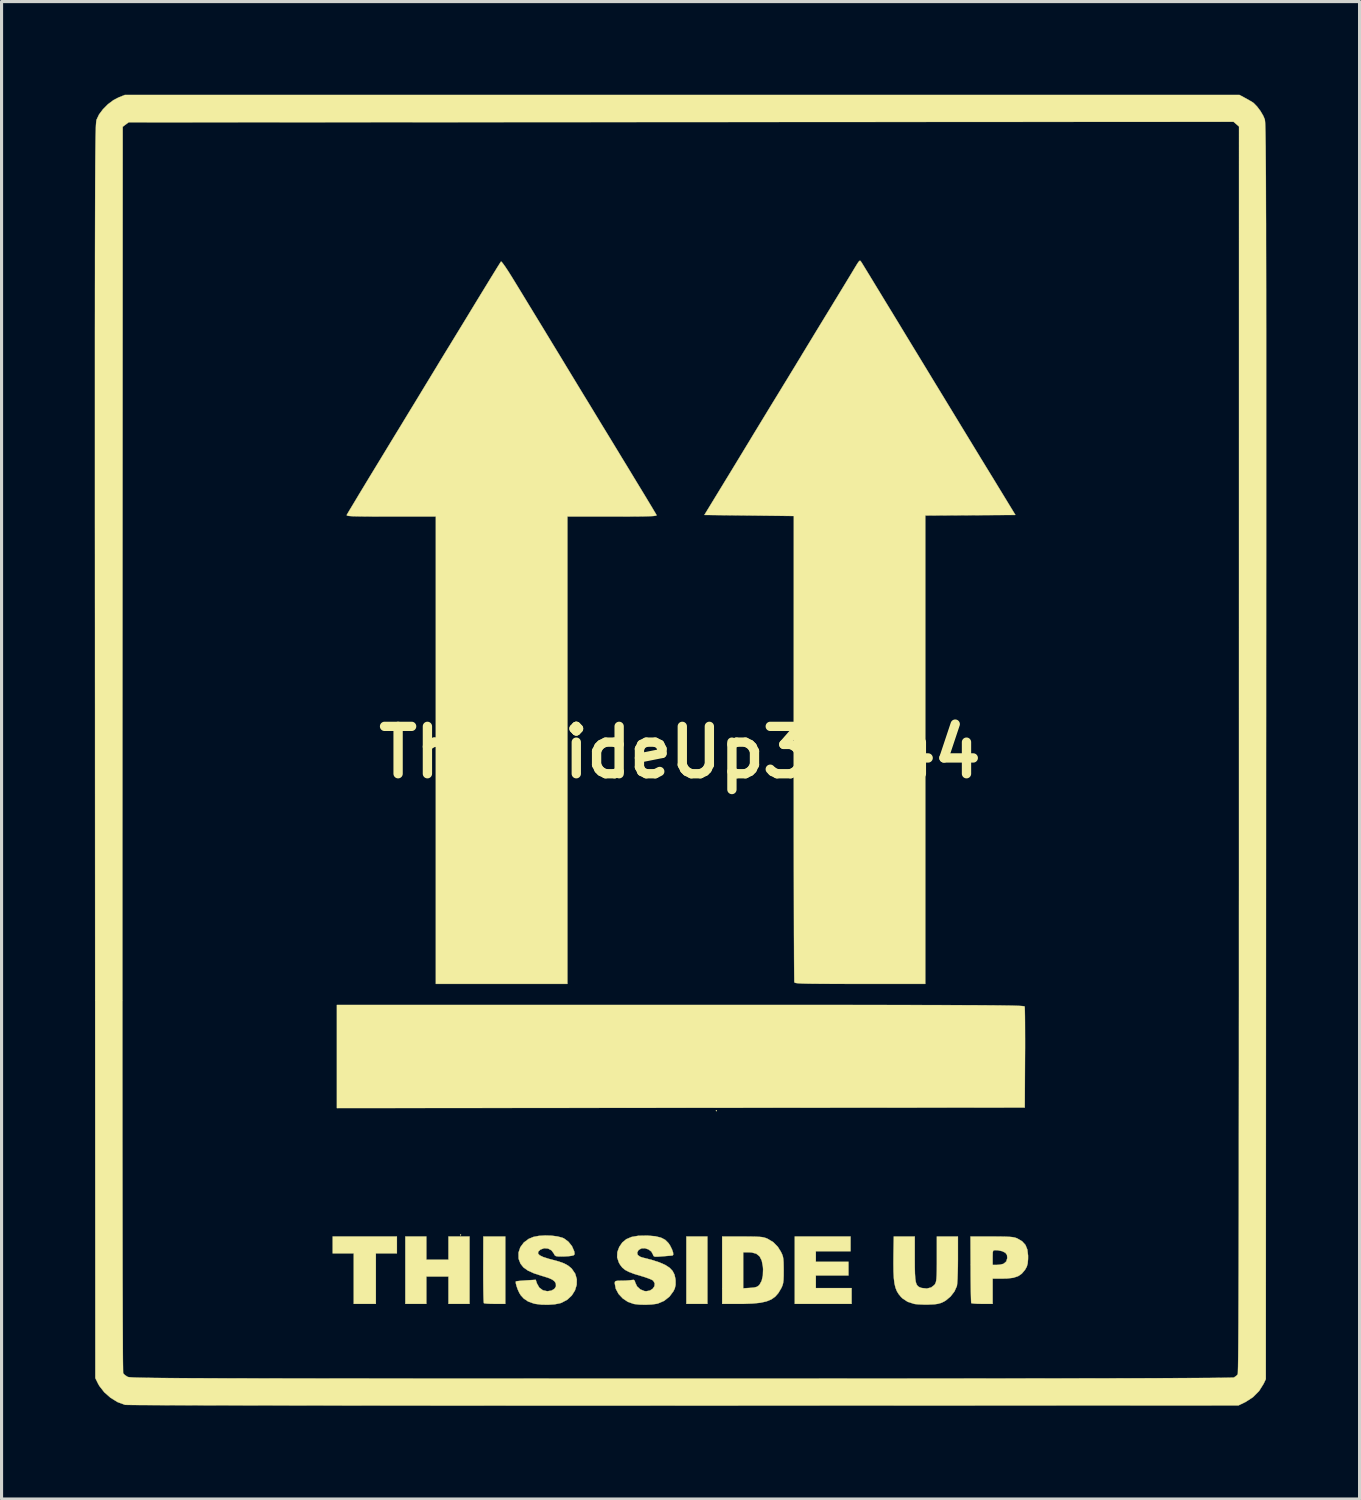
<source format=kicad_pcb>
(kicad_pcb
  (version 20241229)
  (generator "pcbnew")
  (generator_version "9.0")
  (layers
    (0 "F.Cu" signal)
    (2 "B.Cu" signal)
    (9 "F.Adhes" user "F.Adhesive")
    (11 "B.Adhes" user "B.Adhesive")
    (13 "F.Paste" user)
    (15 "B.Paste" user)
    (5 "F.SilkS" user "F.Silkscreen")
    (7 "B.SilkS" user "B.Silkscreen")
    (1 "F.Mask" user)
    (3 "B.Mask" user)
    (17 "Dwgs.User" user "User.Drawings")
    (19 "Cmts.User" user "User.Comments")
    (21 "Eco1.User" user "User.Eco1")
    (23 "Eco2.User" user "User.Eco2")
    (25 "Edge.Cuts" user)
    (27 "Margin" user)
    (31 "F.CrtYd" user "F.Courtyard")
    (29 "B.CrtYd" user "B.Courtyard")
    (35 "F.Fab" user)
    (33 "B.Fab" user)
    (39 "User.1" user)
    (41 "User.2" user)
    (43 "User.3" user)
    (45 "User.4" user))
  (footprint "ThisSideUp39_44"
    (layer "F.Cu")
    (at 18.83 21.155)
    (property "Reference" "ThisSideUp39_44" (at 0 0 0) (layer "F.SilkS") (effects (font (size 1.524 1.524) (thickness 0.3))))
    (attr through_hole)
    (fp_poly (pts (xy -7.044 15.528) (xy -7.061 15.545) (xy -7.078 15.528) (xy -7.061 15.511) (xy -7.044 15.528)) (stroke (width 0.01) (type solid)) (fill yes) (layer "F.SilkS"))
    (fp_poly (pts (xy 0.881 17.746) (xy 0.203 17.746) (xy 0.203 15.579) (xy 0.881 15.579) (xy 0.881 17.746)) (stroke (width 0.01) (type solid)) (fill yes) (layer "F.SilkS"))
    (fp_poly (pts (xy 1.185 11.532) (xy 1.168 11.549) (xy 1.151 11.532) (xy 1.168 11.515) (xy 1.185 11.532)) (stroke (width 0.01) (type solid)) (fill yes) (layer "F.SilkS"))
    (fp_poly (pts (xy -9.11 16.121) (xy -9.787 16.121) (xy -9.787 17.746) (xy -10.499 17.746) (xy -10.499 16.121) (xy -11.176 16.121) (xy -11.176 15.579) (xy -9.11 15.579) (xy -9.11 16.121)) (stroke (width 0.01) (type solid)) (fill yes) (layer "F.SilkS"))
    (fp_poly (pts (xy -8.162 16.324) (xy -7.451 16.324) (xy -7.451 15.579) (xy -6.773 15.579) (xy -6.773 17.746) (xy -7.451 17.746) (xy -7.451 16.866) (xy -8.162 16.866) (xy -8.162 17.746) (xy -8.839 17.746) (xy -8.839 15.579) (xy -8.162 15.579) (xy -8.162 16.324)) (stroke (width 0.01) (type solid)) (fill yes) (layer "F.SilkS"))
    (fp_poly (pts (xy 5.486 16.053) (xy 4.369 16.053) (xy 4.369 16.391) (xy 5.419 16.391) (xy 5.419 16.832) (xy 4.369 16.832) (xy 4.369 17.238) (xy 5.52 17.238) (xy 5.52 17.746) (xy 3.691 17.746) (xy 3.691 15.579) (xy 5.486 15.579) (xy 5.486 16.053)) (stroke (width 0.01) (type solid)) (fill yes) (layer "F.SilkS"))
    (fp_poly (pts (xy -5.622 17.746) (xy -5.955 17.746) (xy -6.099 17.744) (xy -6.217 17.738) (xy -6.293 17.729) (xy -6.311 17.723) (xy -6.317 17.684) (xy -6.322 17.586) (xy -6.326 17.438) (xy -6.329 17.246) (xy -6.331 17.02) (xy -6.332 16.768) (xy -6.332 16.639) (xy -6.329 15.579) (xy -5.622 15.579) (xy -5.622 17.746)) (stroke (width 0.01) (type solid)) (fill yes) (layer "F.SilkS"))
    (fp_poly (pts (xy 1.046 8.128) (xy 2.014 8.128) (xy 2.917 8.128) (xy 3.76 8.128) (xy 4.543 8.129) (xy 5.269 8.129) (xy 5.94 8.13) (xy 6.559 8.13) (xy 7.126 8.131) (xy 7.645 8.132) (xy 8.117 8.133) (xy 8.545 8.134) (xy 8.931 8.135) (xy 9.276 8.137) (xy 9.584 8.138) (xy 9.856 8.14) (xy 10.093 8.142) (xy 10.3 8.144) (xy 10.476 8.147) (xy 10.626 8.149) (xy 10.749 8.152) (xy 10.85 8.156) (xy 10.93 8.159) (xy 10.991 8.163) (xy 11.035 8.167) (xy 11.064 8.171) (xy 11.081 8.176) (xy 11.087 8.18) (xy 11.091 8.224) (xy 11.094 8.328) (xy 11.097 8.487) (xy 11.099 8.692) (xy 11.1 8.938) (xy 11.101 9.217) (xy 11.101 9.522) (xy 11.099 9.831) (xy 11.091 11.43) (xy -11.041 11.447) (xy -11.041 8.128) (xy 0.013 8.128) (xy 1.046 8.128)) (stroke (width 0.01) (type solid)) (fill yes) (layer "F.SilkS"))
    (fp_poly (pts (xy 2.007 15.579) (xy 2.238 15.58) (xy 2.413 15.583) (xy 2.543 15.589) (xy 2.638 15.598) (xy 2.711 15.613) (xy 2.773 15.633) (xy 2.811 15.649) (xy 2.998 15.76) (xy 3.146 15.911) (xy 3.245 16.07) (xy 3.282 16.146) (xy 3.308 16.218) (xy 3.323 16.3) (xy 3.331 16.408) (xy 3.334 16.56) (xy 3.335 16.662) (xy 3.334 16.844) (xy 3.329 16.974) (xy 3.318 17.069) (xy 3.299 17.145) (xy 3.269 17.217) (xy 3.251 17.251) (xy 3.164 17.398) (xy 3.062 17.514) (xy 2.937 17.603) (xy 2.781 17.667) (xy 2.586 17.71) (xy 2.344 17.735) (xy 2.046 17.746) (xy 1.937 17.746) (xy 1.355 17.746) (xy 1.355 16.087) (xy 2.032 16.087) (xy 2.032 17.246) (xy 2.257 17.232) (xy 2.385 17.22) (xy 2.468 17.199) (xy 2.526 17.162) (xy 2.559 17.127) (xy 2.626 17.004) (xy 2.665 16.835) (xy 2.672 16.632) (xy 2.666 16.549) (xy 2.629 16.355) (xy 2.56 16.219) (xy 2.454 16.133) (xy 2.305 16.092) (xy 2.205 16.087) (xy 2.032 16.087) (xy 1.355 16.087) (xy 1.355 15.579) (xy 2.007 15.579)) (stroke (width 0.01) (type solid)) (fill yes) (layer "F.SilkS"))
    (fp_poly (pts (xy 7.552 16.292) (xy 7.553 16.56) (xy 7.558 16.769) (xy 7.568 16.927) (xy 7.585 17.042) (xy 7.612 17.122) (xy 7.651 17.175) (xy 7.702 17.209) (xy 7.769 17.233) (xy 7.782 17.236) (xy 7.941 17.253) (xy 8.08 17.218) (xy 8.184 17.137) (xy 8.205 17.106) (xy 8.225 17.065) (xy 8.24 17.01) (xy 8.25 16.932) (xy 8.257 16.822) (xy 8.261 16.669) (xy 8.263 16.465) (xy 8.263 16.293) (xy 8.263 15.579) (xy 8.941 15.579) (xy 8.941 16.315) (xy 8.939 16.54) (xy 8.934 16.749) (xy 8.928 16.931) (xy 8.919 17.073) (xy 8.909 17.162) (xy 8.905 17.178) (xy 8.829 17.347) (xy 8.705 17.508) (xy 8.55 17.638) (xy 8.486 17.676) (xy 8.392 17.718) (xy 8.296 17.745) (xy 8.179 17.761) (xy 8.017 17.768) (xy 7.995 17.769) (xy 7.835 17.769) (xy 7.683 17.763) (xy 7.564 17.752) (xy 7.529 17.746) (xy 7.324 17.68) (xy 7.161 17.573) (xy 7.107 17.521) (xy 7.033 17.431) (xy 6.975 17.335) (xy 6.931 17.223) (xy 6.899 17.087) (xy 6.879 16.918) (xy 6.868 16.707) (xy 6.865 16.444) (xy 6.867 16.163) (xy 6.877 15.579) (xy 7.552 15.579) (xy 7.552 16.292)) (stroke (width 0.01) (type solid)) (fill yes) (layer "F.SilkS"))
    (fp_poly (pts (xy 10.032 15.579) (xy 10.272 15.58) (xy 10.455 15.583) (xy 10.591 15.589) (xy 10.691 15.598) (xy 10.765 15.611) (xy 10.824 15.63) (xy 10.854 15.643) (xy 11.009 15.735) (xy 11.114 15.851) (xy 11.175 16.002) (xy 11.198 16.197) (xy 11.197 16.304) (xy 11.185 16.446) (xy 11.156 16.551) (xy 11.1 16.65) (xy 11.094 16.658) (xy 10.994 16.776) (xy 10.874 16.857) (xy 10.721 16.907) (xy 10.524 16.93) (xy 10.386 16.933) (xy 10.058 16.933) (xy 10.058 17.746) (xy 9.722 17.746) (xy 9.578 17.744) (xy 9.461 17.737) (xy 9.388 17.728) (xy 9.37 17.721) (xy 9.366 17.682) (xy 9.362 17.583) (xy 9.358 17.434) (xy 9.355 17.242) (xy 9.352 17.016) (xy 9.35 16.764) (xy 9.35 16.637) (xy 9.348 16.256) (xy 10.058 16.256) (xy 10.058 16.493) (xy 10.192 16.493) (xy 10.305 16.483) (xy 10.403 16.458) (xy 10.413 16.453) (xy 10.496 16.382) (xy 10.529 16.272) (xy 10.519 16.173) (xy 10.469 16.104) (xy 10.367 16.052) (xy 10.228 16.023) (xy 10.152 16.019) (xy 10.103 16.022) (xy 10.075 16.039) (xy 10.062 16.087) (xy 10.059 16.179) (xy 10.058 16.256) (xy 9.348 16.256) (xy 9.345 15.579) (xy 10.032 15.579)) (stroke (width 0.01) (type solid)) (fill yes) (layer "F.SilkS"))
    (fp_poly (pts (xy -4.135 15.552) (xy -3.941 15.577) (xy -3.783 15.619) (xy -3.734 15.641) (xy -3.592 15.746) (xy -3.477 15.89) (xy -3.407 16.05) (xy -3.401 16.074) (xy -3.393 16.147) (xy -3.42 16.182) (xy -3.489 16.2) (xy -3.583 16.212) (xy -3.712 16.22) (xy -3.81 16.222) (xy -3.927 16.22) (xy -3.995 16.209) (xy -4.033 16.182) (xy -4.06 16.131) (xy -4.062 16.125) (xy -4.137 16.024) (xy -4.248 15.966) (xy -4.373 15.956) (xy -4.493 16.001) (xy -4.497 16.004) (xy -4.562 16.067) (xy -4.569 16.127) (xy -4.516 16.184) (xy -4.4 16.24) (xy -4.219 16.298) (xy -4.115 16.325) (xy -3.895 16.385) (xy -3.728 16.446) (xy -3.602 16.515) (xy -3.5 16.598) (xy -3.482 16.617) (xy -3.373 16.776) (xy -3.322 16.953) (xy -3.326 17.135) (xy -3.38 17.312) (xy -3.481 17.474) (xy -3.625 17.61) (xy -3.809 17.709) (xy -3.866 17.728) (xy -4.037 17.761) (xy -4.245 17.775) (xy -4.459 17.771) (xy -4.652 17.747) (xy -4.713 17.733) (xy -4.893 17.667) (xy -5.031 17.573) (xy -5.127 17.467) (xy -5.174 17.388) (xy -5.221 17.286) (xy -5.259 17.178) (xy -5.283 17.087) (xy -5.285 17.03) (xy -5.281 17.024) (xy -5.243 17.016) (xy -5.153 17.006) (xy -5.027 16.996) (xy -4.955 16.991) (xy -4.643 16.972) (xy -4.605 17.088) (xy -4.53 17.222) (xy -4.413 17.309) (xy -4.27 17.34) (xy -4.137 17.319) (xy -4.042 17.263) (xy -3.992 17.184) (xy -3.996 17.091) (xy -4.041 17.018) (xy -4.117 16.962) (xy -4.248 16.906) (xy -4.437 16.848) (xy -4.696 16.765) (xy -4.894 16.676) (xy -5.038 16.573) (xy -5.133 16.454) (xy -5.188 16.312) (xy -5.195 16.282) (xy -5.197 16.098) (xy -5.139 15.925) (xy -5.028 15.774) (xy -4.871 15.656) (xy -4.716 15.592) (xy -4.544 15.559) (xy -4.343 15.546) (xy -4.135 15.552)) (stroke (width 0.01) (type solid)) (fill yes) (layer "F.SilkS"))
    (fp_poly (pts (xy -1.033 15.551) (xy -0.797 15.571) (xy -0.615 15.615) (xy -0.476 15.687) (xy -0.371 15.792) (xy -0.322 15.866) (xy -0.258 15.995) (xy -0.223 16.099) (xy -0.22 16.169) (xy -0.245 16.191) (xy -0.297 16.195) (xy -0.398 16.203) (xy -0.528 16.214) (xy -0.569 16.217) (xy -0.706 16.228) (xy -0.79 16.229) (xy -0.836 16.22) (xy -0.858 16.196) (xy -0.869 16.163) (xy -0.923 16.064) (xy -1.016 15.994) (xy -1.128 15.957) (xy -1.24 15.961) (xy -1.331 16.012) (xy -1.336 16.017) (xy -1.38 16.1) (xy -1.36 16.174) (xy -1.279 16.232) (xy -1.209 16.255) (xy -0.905 16.334) (xy -0.663 16.412) (xy -0.476 16.494) (xy -0.337 16.584) (xy -0.24 16.686) (xy -0.179 16.804) (xy -0.148 16.944) (xy -0.143 16.999) (xy -0.143 17.137) (xy -0.169 17.249) (xy -0.212 17.34) (xy -0.34 17.513) (xy -0.513 17.65) (xy -0.712 17.735) (xy -0.745 17.743) (xy -0.912 17.766) (xy -1.111 17.775) (xy -1.312 17.77) (xy -1.481 17.75) (xy -1.49 17.748) (xy -1.678 17.682) (xy -1.844 17.571) (xy -1.978 17.427) (xy -2.067 17.262) (xy -2.1 17.09) (xy -2.1 17.087) (xy -2.096 17.04) (xy -2.074 17.015) (xy -2.019 17.004) (xy -1.915 17.001) (xy -1.884 17.001) (xy -1.751 16.998) (xy -1.631 16.989) (xy -1.566 16.981) (xy -1.493 16.973) (xy -1.458 17.003) (xy -1.44 17.064) (xy -1.382 17.186) (xy -1.277 17.281) (xy -1.146 17.334) (xy -1.088 17.34) (xy -0.968 17.317) (xy -0.877 17.258) (xy -0.823 17.176) (xy -0.815 17.087) (xy -0.863 17.002) (xy -0.872 16.993) (xy -0.929 16.962) (xy -1.035 16.92) (xy -1.17 16.874) (xy -1.251 16.85) (xy -1.474 16.783) (xy -1.641 16.72) (xy -1.764 16.656) (xy -1.855 16.582) (xy -1.925 16.493) (xy -1.968 16.418) (xy -2.024 16.25) (xy -2.017 16.08) (xy -1.956 15.916) (xy -1.857 15.77) (xy -1.726 15.663) (xy -1.555 15.592) (xy -1.338 15.555) (xy -1.066 15.55) (xy -1.033 15.551)) (stroke (width 0.01) (type solid)) (fill yes) (layer "F.SilkS"))
    (fp_poly (pts (xy -5.735 -15.773) (xy -5.681 -15.704) (xy -5.604 -15.594) (xy -5.51 -15.451) (xy -5.405 -15.283) (xy -5.395 -15.267) (xy -5.266 -15.056) (xy -5.113 -14.806) (xy -4.944 -14.528) (xy -4.763 -14.231) (xy -4.576 -13.924) (xy -4.389 -13.618) (xy -4.209 -13.321) (xy -4.04 -13.043) (xy -3.888 -12.794) (xy -3.76 -12.583) (xy -3.662 -12.42) (xy -3.657 -12.412) (xy -3.602 -12.322) (xy -3.516 -12.18) (xy -3.401 -11.991) (xy -3.261 -11.76) (xy -3.099 -11.494) (xy -2.918 -11.198) (xy -2.723 -10.877) (xy -2.516 -10.536) (xy -2.3 -10.183) (xy -2.101 -9.856) (xy -1.888 -9.505) (xy -1.684 -9.171) (xy -1.494 -8.857) (xy -1.319 -8.569) (xy -1.162 -8.311) (xy -1.027 -8.087) (xy -0.916 -7.903) (xy -0.832 -7.762) (xy -0.777 -7.67) (xy -0.755 -7.63) (xy -0.754 -7.629) (xy -0.762 -7.619) (xy -0.798 -7.61) (xy -0.866 -7.602) (xy -0.973 -7.597) (xy -1.122 -7.592) (xy -1.32 -7.589) (xy -1.571 -7.587) (xy -1.881 -7.586) (xy -2.181 -7.586) (xy -3.624 -7.586) (xy -3.624 7.451) (xy -7.857 7.451) (xy -7.857 -7.586) (xy -9.3 -7.586) (xy -9.654 -7.586) (xy -9.946 -7.587) (xy -10.181 -7.589) (xy -10.365 -7.592) (xy -10.505 -7.595) (xy -10.605 -7.601) (xy -10.671 -7.607) (xy -10.709 -7.616) (xy -10.724 -7.627) (xy -10.724 -7.636) (xy -10.703 -7.673) (xy -10.651 -7.762) (xy -10.568 -7.9) (xy -10.459 -8.081) (xy -10.327 -8.302) (xy -10.173 -8.556) (xy -10.002 -8.839) (xy -9.815 -9.146) (xy -9.616 -9.473) (xy -9.472 -9.71) (xy -9.201 -10.156) (xy -8.962 -10.547) (xy -8.754 -10.89) (xy -8.572 -11.188) (xy -8.415 -11.446) (xy -8.28 -11.669) (xy -8.164 -11.86) (xy -8.064 -12.024) (xy -7.978 -12.166) (xy -7.903 -12.289) (xy -7.836 -12.399) (xy -7.776 -12.5) (xy -7.77 -12.509) (xy -7.709 -12.61) (xy -7.625 -12.747) (xy -7.533 -12.898) (xy -7.481 -12.983) (xy -7.421 -13.08) (xy -7.332 -13.226) (xy -7.217 -13.415) (xy -7.081 -13.637) (xy -6.93 -13.884) (xy -6.769 -14.149) (xy -6.602 -14.424) (xy -6.538 -14.529) (xy -6.378 -14.791) (xy -6.228 -15.036) (xy -6.093 -15.257) (xy -5.975 -15.448) (xy -5.88 -15.602) (xy -5.809 -15.715) (xy -5.768 -15.779) (xy -5.759 -15.792) (xy -5.735 -15.773)) (stroke (width 0.01) (type solid)) (fill yes) (layer "F.SilkS"))
    (fp_poly (pts (xy 5.821 -15.79) (xy 5.831 -15.775) (xy 5.856 -15.736) (xy 5.913 -15.643) (xy 6 -15.5) (xy 6.116 -15.311) (xy 6.256 -15.08) (xy 6.42 -14.811) (xy 6.604 -14.508) (xy 6.807 -14.176) (xy 7.025 -13.818) (xy 7.256 -13.437) (xy 7.498 -13.039) (xy 7.653 -12.785) (xy 7.907 -12.368) (xy 8.155 -11.959) (xy 8.396 -11.564) (xy 8.625 -11.188) (xy 8.841 -10.833) (xy 9.039 -10.507) (xy 9.219 -10.212) (xy 9.376 -9.955) (xy 9.507 -9.739) (xy 9.611 -9.569) (xy 9.683 -9.45) (xy 9.705 -9.415) (xy 9.811 -9.241) (xy 9.942 -9.027) (xy 10.087 -8.791) (xy 10.234 -8.549) (xy 10.374 -8.32) (xy 10.388 -8.297) (xy 10.79 -7.637) (xy 9.341 -7.628) (xy 7.891 -7.619) (xy 7.891 7.451) (xy 5.795 7.451) (xy 5.363 7.451) (xy 4.993 7.45) (xy 4.682 7.449) (xy 4.424 7.447) (xy 4.214 7.445) (xy 4.047 7.442) (xy 3.918 7.438) (xy 3.823 7.433) (xy 3.756 7.426) (xy 3.713 7.419) (xy 3.689 7.409) (xy 3.679 7.398) (xy 3.678 7.398) (xy 3.676 7.359) (xy 3.675 7.256) (xy 3.673 7.091) (xy 3.671 6.868) (xy 3.669 6.59) (xy 3.668 6.259) (xy 3.666 5.879) (xy 3.665 5.452) (xy 3.664 4.983) (xy 3.663 4.474) (xy 3.662 3.927) (xy 3.661 3.347) (xy 3.66 2.736) (xy 3.66 2.098) (xy 3.66 1.435) (xy 3.659 0.75) (xy 3.659 0.047) (xy 3.659 -0.129) (xy 3.661 -7.603) (xy 2.222 -7.62) (xy 0.783 -7.637) (xy 1.413 -8.67) (xy 1.572 -8.93) (xy 1.73 -9.19) (xy 1.882 -9.44) (xy 2.022 -9.67) (xy 2.142 -9.869) (xy 2.238 -10.026) (xy 2.283 -10.101) (xy 2.359 -10.227) (xy 2.464 -10.399) (xy 2.592 -10.61) (xy 2.737 -10.848) (xy 2.892 -11.103) (xy 3.053 -11.366) (xy 3.167 -11.552) (xy 3.317 -11.798) (xy 3.459 -12.03) (xy 3.587 -12.241) (xy 3.698 -12.422) (xy 3.786 -12.568) (xy 3.848 -12.669) (xy 3.878 -12.718) (xy 3.921 -12.791) (xy 3.996 -12.914) (xy 4.096 -13.079) (xy 4.218 -13.279) (xy 4.356 -13.507) (xy 4.506 -13.753) (xy 4.664 -14.012) (xy 4.825 -14.275) (xy 4.983 -14.535) (xy 5.068 -14.674) (xy 5.192 -14.878) (xy 5.317 -15.083) (xy 5.434 -15.276) (xy 5.534 -15.441) (xy 5.607 -15.563) (xy 5.608 -15.565) (xy 5.687 -15.695) (xy 5.74 -15.776) (xy 5.774 -15.813) (xy 5.799 -15.815) (xy 5.821 -15.79)) (stroke (width 0.01) (type solid)) (fill yes) (layer "F.SilkS"))
    (fp_poly (pts (xy 18.203 -21.041) (xy 18.315 -20.978) (xy 18.408 -20.923) (xy 18.458 -20.888) (xy 18.567 -20.776) (xy 18.676 -20.631) (xy 18.765 -20.479) (xy 18.814 -20.362) (xy 18.817 -20.345) (xy 18.82 -20.316) (xy 18.824 -20.274) (xy 18.827 -20.217) (xy 18.83 -20.144) (xy 18.832 -20.053) (xy 18.835 -19.942) (xy 18.837 -19.811) (xy 18.839 -19.657) (xy 18.842 -19.479) (xy 18.843 -19.275) (xy 18.845 -19.044) (xy 18.847 -18.785) (xy 18.849 -18.495) (xy 18.85 -18.173) (xy 18.851 -17.817) (xy 18.852 -17.427) (xy 18.854 -17) (xy 18.854 -16.534) (xy 18.855 -16.029) (xy 18.856 -15.483) (xy 18.857 -14.894) (xy 18.857 -14.26) (xy 18.858 -13.58) (xy 18.858 -12.853) (xy 18.858 -12.077) (xy 18.858 -11.249) (xy 18.858 -10.37) (xy 18.858 -9.437) (xy 18.858 -8.448) (xy 18.858 -7.403) (xy 18.858 -6.299) (xy 18.857 -5.134) (xy 18.857 -3.909) (xy 18.856 -2.619) (xy 18.856 -1.266) (xy 18.855 -0.013) (xy 18.847 20.168) (xy 18.775 20.32) (xy 18.63 20.551) (xy 18.433 20.749) (xy 18.199 20.901) (xy 18.193 20.904) (xy 17.966 21.014) (xy 0.119 21.019) (xy -1.063 21.02) (xy -2.219 21.02) (xy -3.348 21.02) (xy -4.448 21.02) (xy -5.516 21.02) (xy -6.553 21.019) (xy -7.555 21.019) (xy -8.521 21.018) (xy -9.45 21.018) (xy -10.34 21.017) (xy -11.188 21.016) (xy -11.994 21.015) (xy -12.756 21.014) (xy -13.472 21.013) (xy -14.14 21.012) (xy -14.759 21.011) (xy -15.326 21.01) (xy -15.841 21.008) (xy -16.301 21.007) (xy -16.706 21.005) (xy -17.052 21.003) (xy -17.339 21.002) (xy -17.564 21) (xy -17.727 20.998) (xy -17.825 20.996) (xy -17.856 20.995) (xy -18.094 20.908) (xy -18.323 20.768) (xy -18.525 20.59) (xy -18.684 20.386) (xy -18.73 20.303) (xy -18.813 20.134) (xy -18.819 6.762) (xy -17.942 6.762) (xy -17.942 7.977) (xy -17.942 9.139) (xy -17.942 10.245) (xy -17.941 11.295) (xy -17.941 12.29) (xy -17.94 13.227) (xy -17.939 14.106) (xy -17.938 14.927) (xy -17.937 15.689) (xy -17.936 16.391) (xy -17.935 17.033) (xy -17.933 17.614) (xy -17.932 18.132) (xy -17.93 18.588) (xy -17.928 18.981) (xy -17.927 19.31) (xy -17.925 19.574) (xy -17.922 19.772) (xy -17.92 19.905) (xy -17.918 19.971) (xy -17.917 19.979) (xy -17.865 20.034) (xy -17.783 20.089) (xy -17.773 20.094) (xy -17.761 20.098) (xy -17.741 20.102) (xy -17.712 20.106) (xy -17.672 20.109) (xy -17.618 20.113) (xy -17.55 20.116) (xy -17.465 20.119) (xy -17.363 20.121) (xy -17.241 20.124) (xy -17.097 20.126) (xy -16.93 20.129) (xy -16.738 20.131) (xy -16.52 20.133) (xy -16.273 20.135) (xy -15.996 20.136) (xy -15.688 20.138) (xy -15.347 20.139) (xy -14.97 20.141) (xy -14.556 20.142) (xy -14.105 20.143) (xy -13.612 20.144) (xy -13.079 20.145) (xy -12.501 20.146) (xy -11.878 20.146) (xy -11.209 20.147) (xy -10.49 20.147) (xy -9.722 20.148) (xy -8.901 20.148) (xy -8.026 20.149) (xy -7.096 20.149) (xy -6.109 20.149) (xy -5.063 20.149) (xy -3.957 20.15) (xy -2.788 20.15) (xy -1.555 20.15) (xy -0.257 20.15) (xy 0.041 20.15) (xy 1.483 20.15) (xy 2.858 20.15) (xy 4.167 20.15) (xy 5.411 20.149) (xy 6.59 20.149) (xy 7.706 20.148) (xy 8.758 20.148) (xy 9.748 20.147) (xy 10.677 20.146) (xy 11.545 20.145) (xy 12.353 20.144) (xy 13.102 20.143) (xy 13.792 20.142) (xy 14.425 20.14) (xy 15.002 20.139) (xy 15.522 20.137) (xy 15.987 20.135) (xy 16.398 20.133) (xy 16.755 20.131) (xy 17.059 20.129) (xy 17.311 20.126) (xy 17.512 20.124) (xy 17.663 20.121) (xy 17.763 20.119) (xy 17.815 20.116) (xy 17.823 20.114) (xy 17.901 20.06) (xy 17.943 20.013) (xy 17.946 19.994) (xy 17.949 19.946) (xy 17.951 19.868) (xy 17.954 19.758) (xy 17.956 19.614) (xy 17.959 19.437) (xy 17.961 19.224) (xy 17.963 18.975) (xy 17.965 18.687) (xy 17.967 18.36) (xy 17.968 17.992) (xy 17.97 17.583) (xy 17.971 17.13) (xy 17.973 16.632) (xy 17.974 16.089) (xy 17.975 15.499) (xy 17.977 14.861) (xy 17.978 14.173) (xy 17.979 13.434) (xy 17.979 12.643) (xy 17.98 11.798) (xy 17.981 10.899) (xy 17.982 9.944) (xy 17.982 8.931) (xy 17.983 7.86) (xy 17.983 6.729) (xy 17.983 5.537) (xy 17.984 4.282) (xy 17.984 2.964) (xy 17.984 1.581) (xy 17.984 0.131) (xy 17.984 -0.093) (xy 17.985 -20.134) (xy 17.897 -20.21) (xy 17.81 -20.286) (xy 0.034 -20.278) (xy -17.741 -20.269) (xy -17.837 -20.198) (xy -17.932 -20.126) (xy -17.941 -0.104) (xy -17.941 1.372) (xy -17.942 2.797) (xy -17.942 4.171) (xy -17.942 5.493) (xy -17.942 6.762) (xy -18.819 6.762) (xy -18.822 -0.017) (xy -18.822 -1.418) (xy -18.823 -2.753) (xy -18.823 -4.023) (xy -18.824 -5.23) (xy -18.824 -6.377) (xy -18.825 -7.463) (xy -18.825 -8.491) (xy -18.825 -9.463) (xy -18.825 -10.38) (xy -18.825 -11.244) (xy -18.825 -12.056) (xy -18.825 -12.818) (xy -18.825 -13.531) (xy -18.824 -14.198) (xy -18.824 -14.82) (xy -18.823 -15.397) (xy -18.823 -15.933) (xy -18.822 -16.429) (xy -18.821 -16.885) (xy -18.82 -17.305) (xy -18.819 -17.689) (xy -18.818 -18.039) (xy -18.817 -18.356) (xy -18.815 -18.643) (xy -18.814 -18.901) (xy -18.812 -19.131) (xy -18.81 -19.335) (xy -18.808 -19.515) (xy -18.806 -19.672) (xy -18.804 -19.808) (xy -18.801 -19.924) (xy -18.798 -20.023) (xy -18.796 -20.105) (xy -18.793 -20.173) (xy -18.789 -20.227) (xy -18.786 -20.27) (xy -18.782 -20.304) (xy -18.779 -20.329) (xy -18.775 -20.347) (xy -18.773 -20.354) (xy -18.694 -20.52) (xy -18.567 -20.69) (xy -18.407 -20.851) (xy -18.229 -20.984) (xy -18.068 -21.068) (xy -17.865 -21.15) (xy 18 -21.15) (xy 18.203 -21.041)) (stroke (width 0.01) (type solid)) (fill yes) (layer "F.SilkS")))
  (gr_rect
    (start -3 -3)
    (end 40.693 45.18)
    (stroke (width 0.1) (type default))
    (fill no)
    (layer "Edge.Cuts")))
</source>
